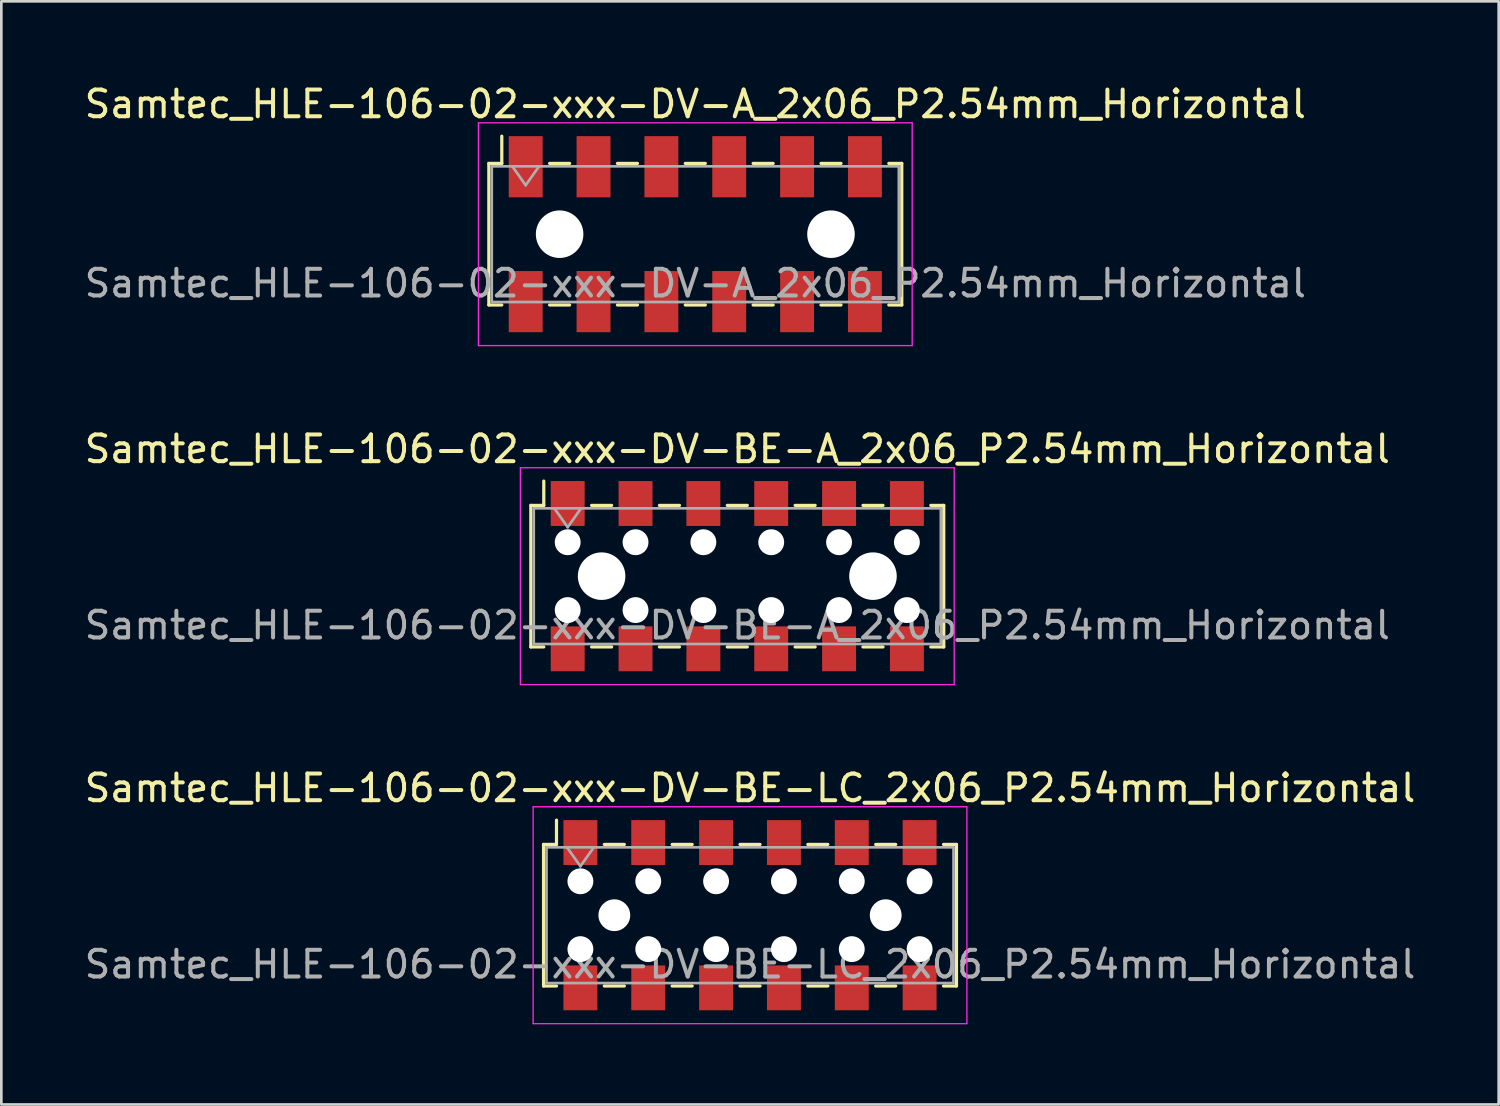
<source format=kicad_pcb>
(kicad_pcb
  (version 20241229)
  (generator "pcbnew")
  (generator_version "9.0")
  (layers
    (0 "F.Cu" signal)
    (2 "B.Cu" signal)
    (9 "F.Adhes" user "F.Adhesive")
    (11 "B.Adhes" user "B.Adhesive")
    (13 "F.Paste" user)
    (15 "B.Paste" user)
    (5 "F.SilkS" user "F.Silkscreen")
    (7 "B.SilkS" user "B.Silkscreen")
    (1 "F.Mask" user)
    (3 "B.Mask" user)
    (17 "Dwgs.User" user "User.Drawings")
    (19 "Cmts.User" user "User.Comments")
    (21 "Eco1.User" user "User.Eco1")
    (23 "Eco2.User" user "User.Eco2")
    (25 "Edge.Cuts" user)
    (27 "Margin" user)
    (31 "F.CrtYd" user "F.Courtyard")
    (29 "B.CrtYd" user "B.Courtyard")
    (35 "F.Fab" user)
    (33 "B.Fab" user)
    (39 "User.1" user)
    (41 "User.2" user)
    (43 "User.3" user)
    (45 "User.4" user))
  (footprint "Samtec_HLE-106-02-xxx-DV-A_2x06_P2.54mm_Horizontal"
    (layer "F.Cu")
    (at 22.982 5.718)
    (property "Reference" "Samtec_HLE-106-02-xxx-DV-A_2x06_P2.54mm_Horizontal" (at 0 -4.87 0) (layer "F.SilkS") (effects (font (size 1 1) (thickness 0.15))))
    (attr smd)
    (fp_line (start -7.73 -2.65) (end -7.73 2.65) (stroke (width 0.12) (type solid)) (layer "F.SilkS"))
    (fp_line (start -7.73 2.65) (end -7.245 2.65) (stroke (width 0.12) (type solid)) (layer "F.SilkS"))
    (fp_line (start -7.245 -3.67) (end -7.245 -2.65) (stroke (width 0.12) (type solid)) (layer "F.SilkS"))
    (fp_line (start -7.245 -2.65) (end -7.73 -2.65) (stroke (width 0.12) (type solid)) (layer "F.SilkS"))
    (fp_line (start -5.455 -2.65) (end -4.705 -2.65) (stroke (width 0.12) (type solid)) (layer "F.SilkS"))
    (fp_line (start -5.455 2.65) (end -4.705 2.65) (stroke (width 0.12) (type solid)) (layer "F.SilkS"))
    (fp_line (start -2.915 -2.65) (end -2.165 -2.65) (stroke (width 0.12) (type solid)) (layer "F.SilkS"))
    (fp_line (start -2.915 2.65) (end -2.165 2.65) (stroke (width 0.12) (type solid)) (layer "F.SilkS"))
    (fp_line (start -0.375 -2.65) (end 0.375 -2.65) (stroke (width 0.12) (type solid)) (layer "F.SilkS"))
    (fp_line (start -0.375 2.65) (end 0.375 2.65) (stroke (width 0.12) (type solid)) (layer "F.SilkS"))
    (fp_line (start 2.165 -2.65) (end 2.915 -2.65) (stroke (width 0.12) (type solid)) (layer "F.SilkS"))
    (fp_line (start 2.165 2.65) (end 2.915 2.65) (stroke (width 0.12) (type solid)) (layer "F.SilkS"))
    (fp_line (start 4.705 -2.65) (end 5.455 -2.65) (stroke (width 0.12) (type solid)) (layer "F.SilkS"))
    (fp_line (start 4.705 2.65) (end 5.455 2.65) (stroke (width 0.12) (type solid)) (layer "F.SilkS"))
    (fp_line (start 7.245 -2.65) (end 7.73 -2.65) (stroke (width 0.12) (type solid)) (layer "F.SilkS"))
    (fp_line (start 7.73 -2.65) (end 7.73 2.65) (stroke (width 0.12) (type solid)) (layer "F.SilkS"))
    (fp_line (start 7.73 2.65) (end 7.245 2.65) (stroke (width 0.12) (type solid)) (layer "F.SilkS"))
    (fp_line (start -8.12 -4.17) (end 8.12 -4.17) (stroke (width 0.05) (type solid)) (layer "F.CrtYd"))
    (fp_line (start -8.12 4.17) (end -8.12 -4.17) (stroke (width 0.05) (type solid)) (layer "F.CrtYd"))
    (fp_line (start 8.12 -4.17) (end 8.12 4.17) (stroke (width 0.05) (type solid)) (layer "F.CrtYd"))
    (fp_line (start 8.12 4.17) (end -8.12 4.17) (stroke (width 0.05) (type solid)) (layer "F.CrtYd"))
    (fp_line (start -7.62 -2.54) (end 7.62 -2.54) (stroke (width 0.1) (type solid)) (layer "F.Fab"))
    (fp_line (start -7.62 2.54) (end -7.62 -2.54) (stroke (width 0.1) (type solid)) (layer "F.Fab"))
    (fp_line (start -6.85 -2.54) (end -6.35 -1.833) (stroke (width 0.1) (type solid)) (layer "F.Fab"))
    (fp_line (start -6.35 -1.833) (end -5.85 -2.54) (stroke (width 0.1) (type solid)) (layer "F.Fab"))
    (fp_line (start 7.62 -2.54) (end 7.62 2.54) (stroke (width 0.1) (type solid)) (layer "F.Fab"))
    (fp_line (start 7.62 2.54) (end -7.62 2.54) (stroke (width 0.1) (type solid)) (layer "F.Fab"))
    (fp_text user "${REFERENCE}" (at 0 1.84 0) (layer "F.Fab") (effects (font (size 1 1) (thickness 0.15))))
    (pad "" np_thru_hole circle (at -5.08 0) (size 1.78 1.78) (drill 1.78) (layers "*.Cu" "*.Mask"))
    (pad "" np_thru_hole circle (at 5.08 0) (size 1.78 1.78) (drill 1.78) (layers "*.Cu" "*.Mask"))
    (pad "1" smd rect (at -6.35 -2.525) (size 1.27 2.29) (layers "F.Cu" "F.Mask" "F.Paste"))
    (pad "2" smd rect (at -6.35 2.525) (size 1.27 2.29) (layers "F.Cu" "F.Mask" "F.Paste"))
    (pad "3" smd rect (at -3.81 -2.525) (size 1.27 2.29) (layers "F.Cu" "F.Mask" "F.Paste"))
    (pad "4" smd rect (at -3.81 2.525) (size 1.27 2.29) (layers "F.Cu" "F.Mask" "F.Paste"))
    (pad "5" smd rect (at -1.27 -2.525) (size 1.27 2.29) (layers "F.Cu" "F.Mask" "F.Paste"))
    (pad "6" smd rect (at -1.27 2.525) (size 1.27 2.29) (layers "F.Cu" "F.Mask" "F.Paste"))
    (pad "7" smd rect (at 1.27 -2.525) (size 1.27 2.29) (layers "F.Cu" "F.Mask" "F.Paste"))
    (pad "8" smd rect (at 1.27 2.525) (size 1.27 2.29) (layers "F.Cu" "F.Mask" "F.Paste"))
    (pad "9" smd rect (at 3.81 -2.525) (size 1.27 2.29) (layers "F.Cu" "F.Mask" "F.Paste"))
    (pad "10" smd rect (at 3.81 2.525) (size 1.27 2.29) (layers "F.Cu" "F.Mask" "F.Paste"))
    (pad "11" smd rect (at 6.35 -2.525) (size 1.27 2.29) (layers "F.Cu" "F.Mask" "F.Paste"))
    (pad "12" smd rect (at 6.35 2.525) (size 1.27 2.29) (layers "F.Cu" "F.Mask" "F.Paste")))
  (footprint "Samtec_HLE-106-02-xxx-DV-BE-LC_2x06_P2.54mm_Horizontal"
    (layer "F.Cu")
    (at 25.03 31.215)
    (property "Reference" "Samtec_HLE-106-02-xxx-DV-BE-LC_2x06_P2.54mm_Horizontal" (at 0 -4.76 0) (layer "F.SilkS") (effects (font (size 1 1) (thickness 0.15))))
    (attr smd)
    (fp_line (start -7.73 -2.65) (end -7.73 2.65) (stroke (width 0.12) (type solid)) (layer "F.SilkS"))
    (fp_line (start -7.73 2.65) (end -7.245 2.65) (stroke (width 0.12) (type solid)) (layer "F.SilkS"))
    (fp_line (start -7.245 -3.56) (end -7.245 -2.65) (stroke (width 0.12) (type solid)) (layer "F.SilkS"))
    (fp_line (start -7.245 -2.65) (end -7.73 -2.65) (stroke (width 0.12) (type solid)) (layer "F.SilkS"))
    (fp_line (start -5.455 -2.65) (end -4.705 -2.65) (stroke (width 0.12) (type solid)) (layer "F.SilkS"))
    (fp_line (start -5.455 2.65) (end -4.705 2.65) (stroke (width 0.12) (type solid)) (layer "F.SilkS"))
    (fp_line (start -2.915 -2.65) (end -2.165 -2.65) (stroke (width 0.12) (type solid)) (layer "F.SilkS"))
    (fp_line (start -2.915 2.65) (end -2.165 2.65) (stroke (width 0.12) (type solid)) (layer "F.SilkS"))
    (fp_line (start -0.375 -2.65) (end 0.375 -2.65) (stroke (width 0.12) (type solid)) (layer "F.SilkS"))
    (fp_line (start -0.375 2.65) (end 0.375 2.65) (stroke (width 0.12) (type solid)) (layer "F.SilkS"))
    (fp_line (start 2.165 -2.65) (end 2.915 -2.65) (stroke (width 0.12) (type solid)) (layer "F.SilkS"))
    (fp_line (start 2.165 2.65) (end 2.915 2.65) (stroke (width 0.12) (type solid)) (layer "F.SilkS"))
    (fp_line (start 4.705 -2.65) (end 5.455 -2.65) (stroke (width 0.12) (type solid)) (layer "F.SilkS"))
    (fp_line (start 4.705 2.65) (end 5.455 2.65) (stroke (width 0.12) (type solid)) (layer "F.SilkS"))
    (fp_line (start 7.245 -2.65) (end 7.73 -2.65) (stroke (width 0.12) (type solid)) (layer "F.SilkS"))
    (fp_line (start 7.73 -2.65) (end 7.73 2.65) (stroke (width 0.12) (type solid)) (layer "F.SilkS"))
    (fp_line (start 7.73 2.65) (end 7.245 2.65) (stroke (width 0.12) (type solid)) (layer "F.SilkS"))
    (fp_line (start -8.12 -4.06) (end 8.12 -4.06) (stroke (width 0.05) (type solid)) (layer "F.CrtYd"))
    (fp_line (start -8.12 4.06) (end -8.12 -4.06) (stroke (width 0.05) (type solid)) (layer "F.CrtYd"))
    (fp_line (start 8.12 -4.06) (end 8.12 4.06) (stroke (width 0.05) (type solid)) (layer "F.CrtYd"))
    (fp_line (start 8.12 4.06) (end -8.12 4.06) (stroke (width 0.05) (type solid)) (layer "F.CrtYd"))
    (fp_line (start -7.62 -2.54) (end 7.62 -2.54) (stroke (width 0.1) (type solid)) (layer "F.Fab"))
    (fp_line (start -7.62 2.54) (end -7.62 -2.54) (stroke (width 0.1) (type solid)) (layer "F.Fab"))
    (fp_line (start -6.85 -2.54) (end -6.35 -1.833) (stroke (width 0.1) (type solid)) (layer "F.Fab"))
    (fp_line (start -6.35 -1.833) (end -5.85 -2.54) (stroke (width 0.1) (type solid)) (layer "F.Fab"))
    (fp_line (start 7.62 -2.54) (end 7.62 2.54) (stroke (width 0.1) (type solid)) (layer "F.Fab"))
    (fp_line (start 7.62 2.54) (end -7.62 2.54) (stroke (width 0.1) (type solid)) (layer "F.Fab"))
    (fp_text user "${REFERENCE}" (at 0 1.84 0) (layer "F.Fab") (effects (font (size 1 1) (thickness 0.15))))
    (pad "" np_thru_hole circle (at -6.35 -1.27) (size 0.97 0.97) (drill 0.97) (layers "*.Cu" "*.Mask"))
    (pad "" np_thru_hole circle (at -6.35 1.27) (size 0.97 0.97) (drill 0.97) (layers "*.Cu" "*.Mask"))
    (pad "" np_thru_hole circle (at -5.08 0) (size 1.19 1.19) (drill 1.19) (layers "*.Cu" "*.Mask"))
    (pad "" np_thru_hole circle (at -3.81 -1.27) (size 0.97 0.97) (drill 0.97) (layers "*.Cu" "*.Mask"))
    (pad "" np_thru_hole circle (at -3.81 1.27) (size 0.97 0.97) (drill 0.97) (layers "*.Cu" "*.Mask"))
    (pad "" np_thru_hole circle (at -1.27 -1.27) (size 0.97 0.97) (drill 0.97) (layers "*.Cu" "*.Mask"))
    (pad "" np_thru_hole circle (at -1.27 1.27) (size 0.97 0.97) (drill 0.97) (layers "*.Cu" "*.Mask"))
    (pad "" np_thru_hole circle (at 1.27 -1.27) (size 0.97 0.97) (drill 0.97) (layers "*.Cu" "*.Mask"))
    (pad "" np_thru_hole circle (at 1.27 1.27) (size 0.97 0.97) (drill 0.97) (layers "*.Cu" "*.Mask"))
    (pad "" np_thru_hole circle (at 3.81 -1.27) (size 0.97 0.97) (drill 0.97) (layers "*.Cu" "*.Mask"))
    (pad "" np_thru_hole circle (at 3.81 1.27) (size 0.97 0.97) (drill 0.97) (layers "*.Cu" "*.Mask"))
    (pad "" np_thru_hole circle (at 5.08 0) (size 1.19 1.19) (drill 1.19) (layers "*.Cu" "*.Mask"))
    (pad "" np_thru_hole circle (at 6.35 -1.27) (size 0.97 0.97) (drill 0.97) (layers "*.Cu" "*.Mask"))
    (pad "" np_thru_hole circle (at 6.35 1.27) (size 0.97 0.97) (drill 0.97) (layers "*.Cu" "*.Mask"))
    (pad "1" smd rect (at -6.35 -2.72) (size 1.27 1.68) (layers "F.Cu" "F.Mask" "F.Paste"))
    (pad "2" smd rect (at -6.35 2.72) (size 1.27 1.68) (layers "F.Cu" "F.Mask" "F.Paste"))
    (pad "3" smd rect (at -3.81 -2.72) (size 1.27 1.68) (layers "F.Cu" "F.Mask" "F.Paste"))
    (pad "4" smd rect (at -3.81 2.72) (size 1.27 1.68) (layers "F.Cu" "F.Mask" "F.Paste"))
    (pad "5" smd rect (at -1.27 -2.72) (size 1.27 1.68) (layers "F.Cu" "F.Mask" "F.Paste"))
    (pad "6" smd rect (at -1.27 2.72) (size 1.27 1.68) (layers "F.Cu" "F.Mask" "F.Paste"))
    (pad "7" smd rect (at 1.27 -2.72) (size 1.27 1.68) (layers "F.Cu" "F.Mask" "F.Paste"))
    (pad "8" smd rect (at 1.27 2.72) (size 1.27 1.68) (layers "F.Cu" "F.Mask" "F.Paste"))
    (pad "9" smd rect (at 3.81 -2.72) (size 1.27 1.68) (layers "F.Cu" "F.Mask" "F.Paste"))
    (pad "10" smd rect (at 3.81 2.72) (size 1.27 1.68) (layers "F.Cu" "F.Mask" "F.Paste"))
    (pad "11" smd rect (at 6.35 -2.72) (size 1.27 1.68) (layers "F.Cu" "F.Mask" "F.Paste"))
    (pad "12" smd rect (at 6.35 2.72) (size 1.27 1.68) (layers "F.Cu" "F.Mask" "F.Paste")))
  (footprint "Samtec_HLE-106-02-xxx-DV-BE-A_2x06_P2.54mm_Horizontal"
    (layer "F.Cu")
    (at 24.554 18.521)
    (property "Reference" "Samtec_HLE-106-02-xxx-DV-BE-A_2x06_P2.54mm_Horizontal" (at 0 -4.76 0) (layer "F.SilkS") (effects (font (size 1 1) (thickness 0.15))))
    (attr smd)
    (fp_line (start -7.73 -2.65) (end -7.73 2.65) (stroke (width 0.12) (type solid)) (layer "F.SilkS"))
    (fp_line (start -7.73 2.65) (end -7.245 2.65) (stroke (width 0.12) (type solid)) (layer "F.SilkS"))
    (fp_line (start -7.245 -3.56) (end -7.245 -2.65) (stroke (width 0.12) (type solid)) (layer "F.SilkS"))
    (fp_line (start -7.245 -2.65) (end -7.73 -2.65) (stroke (width 0.12) (type solid)) (layer "F.SilkS"))
    (fp_line (start -5.455 -2.65) (end -4.705 -2.65) (stroke (width 0.12) (type solid)) (layer "F.SilkS"))
    (fp_line (start -5.455 2.65) (end -4.705 2.65) (stroke (width 0.12) (type solid)) (layer "F.SilkS"))
    (fp_line (start -2.915 -2.65) (end -2.165 -2.65) (stroke (width 0.12) (type solid)) (layer "F.SilkS"))
    (fp_line (start -2.915 2.65) (end -2.165 2.65) (stroke (width 0.12) (type solid)) (layer "F.SilkS"))
    (fp_line (start -0.375 -2.65) (end 0.375 -2.65) (stroke (width 0.12) (type solid)) (layer "F.SilkS"))
    (fp_line (start -0.375 2.65) (end 0.375 2.65) (stroke (width 0.12) (type solid)) (layer "F.SilkS"))
    (fp_line (start 2.165 -2.65) (end 2.915 -2.65) (stroke (width 0.12) (type solid)) (layer "F.SilkS"))
    (fp_line (start 2.165 2.65) (end 2.915 2.65) (stroke (width 0.12) (type solid)) (layer "F.SilkS"))
    (fp_line (start 4.705 -2.65) (end 5.455 -2.65) (stroke (width 0.12) (type solid)) (layer "F.SilkS"))
    (fp_line (start 4.705 2.65) (end 5.455 2.65) (stroke (width 0.12) (type solid)) (layer "F.SilkS"))
    (fp_line (start 7.245 -2.65) (end 7.73 -2.65) (stroke (width 0.12) (type solid)) (layer "F.SilkS"))
    (fp_line (start 7.73 -2.65) (end 7.73 2.65) (stroke (width 0.12) (type solid)) (layer "F.SilkS"))
    (fp_line (start 7.73 2.65) (end 7.245 2.65) (stroke (width 0.12) (type solid)) (layer "F.SilkS"))
    (fp_line (start -8.12 -4.06) (end 8.12 -4.06) (stroke (width 0.05) (type solid)) (layer "F.CrtYd"))
    (fp_line (start -8.12 4.06) (end -8.12 -4.06) (stroke (width 0.05) (type solid)) (layer "F.CrtYd"))
    (fp_line (start 8.12 -4.06) (end 8.12 4.06) (stroke (width 0.05) (type solid)) (layer "F.CrtYd"))
    (fp_line (start 8.12 4.06) (end -8.12 4.06) (stroke (width 0.05) (type solid)) (layer "F.CrtYd"))
    (fp_line (start -7.62 -2.54) (end 7.62 -2.54) (stroke (width 0.1) (type solid)) (layer "F.Fab"))
    (fp_line (start -7.62 2.54) (end -7.62 -2.54) (stroke (width 0.1) (type solid)) (layer "F.Fab"))
    (fp_line (start -6.85 -2.54) (end -6.35 -1.833) (stroke (width 0.1) (type solid)) (layer "F.Fab"))
    (fp_line (start -6.35 -1.833) (end -5.85 -2.54) (stroke (width 0.1) (type solid)) (layer "F.Fab"))
    (fp_line (start 7.62 -2.54) (end 7.62 2.54) (stroke (width 0.1) (type solid)) (layer "F.Fab"))
    (fp_line (start 7.62 2.54) (end -7.62 2.54) (stroke (width 0.1) (type solid)) (layer "F.Fab"))
    (fp_text user "${REFERENCE}" (at 0 1.84 0) (layer "F.Fab") (effects (font (size 1 1) (thickness 0.15))))
    (pad "" np_thru_hole circle (at -6.35 -1.27) (size 0.97 0.97) (drill 0.97) (layers "*.Cu" "*.Mask"))
    (pad "" np_thru_hole circle (at -6.35 1.27) (size 0.97 0.97) (drill 0.97) (layers "*.Cu" "*.Mask"))
    (pad "" np_thru_hole circle (at -5.08 0) (size 1.78 1.78) (drill 1.78) (layers "*.Cu" "*.Mask"))
    (pad "" np_thru_hole circle (at -3.81 -1.27) (size 0.97 0.97) (drill 0.97) (layers "*.Cu" "*.Mask"))
    (pad "" np_thru_hole circle (at -3.81 1.27) (size 0.97 0.97) (drill 0.97) (layers "*.Cu" "*.Mask"))
    (pad "" np_thru_hole circle (at -1.27 -1.27) (size 0.97 0.97) (drill 0.97) (layers "*.Cu" "*.Mask"))
    (pad "" np_thru_hole circle (at -1.27 1.27) (size 0.97 0.97) (drill 0.97) (layers "*.Cu" "*.Mask"))
    (pad "" np_thru_hole circle (at 1.27 -1.27) (size 0.97 0.97) (drill 0.97) (layers "*.Cu" "*.Mask"))
    (pad "" np_thru_hole circle (at 1.27 1.27) (size 0.97 0.97) (drill 0.97) (layers "*.Cu" "*.Mask"))
    (pad "" np_thru_hole circle (at 3.81 -1.27) (size 0.97 0.97) (drill 0.97) (layers "*.Cu" "*.Mask"))
    (pad "" np_thru_hole circle (at 3.81 1.27) (size 0.97 0.97) (drill 0.97) (layers "*.Cu" "*.Mask"))
    (pad "" np_thru_hole circle (at 5.08 0) (size 1.78 1.78) (drill 1.78) (layers "*.Cu" "*.Mask"))
    (pad "" np_thru_hole circle (at 6.35 -1.27) (size 0.97 0.97) (drill 0.97) (layers "*.Cu" "*.Mask"))
    (pad "" np_thru_hole circle (at 6.35 1.27) (size 0.97 0.97) (drill 0.97) (layers "*.Cu" "*.Mask"))
    (pad "1" smd rect (at -6.35 -2.72) (size 1.27 1.68) (layers "F.Cu" "F.Mask" "F.Paste"))
    (pad "2" smd rect (at -6.35 2.72) (size 1.27 1.68) (layers "F.Cu" "F.Mask" "F.Paste"))
    (pad "3" smd rect (at -3.81 -2.72) (size 1.27 1.68) (layers "F.Cu" "F.Mask" "F.Paste"))
    (pad "4" smd rect (at -3.81 2.72) (size 1.27 1.68) (layers "F.Cu" "F.Mask" "F.Paste"))
    (pad "5" smd rect (at -1.27 -2.72) (size 1.27 1.68) (layers "F.Cu" "F.Mask" "F.Paste"))
    (pad "6" smd rect (at -1.27 2.72) (size 1.27 1.68) (layers "F.Cu" "F.Mask" "F.Paste"))
    (pad "7" smd rect (at 1.27 -2.72) (size 1.27 1.68) (layers "F.Cu" "F.Mask" "F.Paste"))
    (pad "8" smd rect (at 1.27 2.72) (size 1.27 1.68) (layers "F.Cu" "F.Mask" "F.Paste"))
    (pad "9" smd rect (at 3.81 -2.72) (size 1.27 1.68) (layers "F.Cu" "F.Mask" "F.Paste"))
    (pad "10" smd rect (at 3.81 2.72) (size 1.27 1.68) (layers "F.Cu" "F.Mask" "F.Paste"))
    (pad "11" smd rect (at 6.35 -2.72) (size 1.27 1.68) (layers "F.Cu" "F.Mask" "F.Paste"))
    (pad "12" smd rect (at 6.35 2.72) (size 1.27 1.68) (layers "F.Cu" "F.Mask" "F.Paste")))
  (gr_rect
    (start -3 -3)
    (end 53.06 38.3)
    (stroke (width 0.1) (type default))
    (fill no)
    (layer "Edge.Cuts")))
</source>
